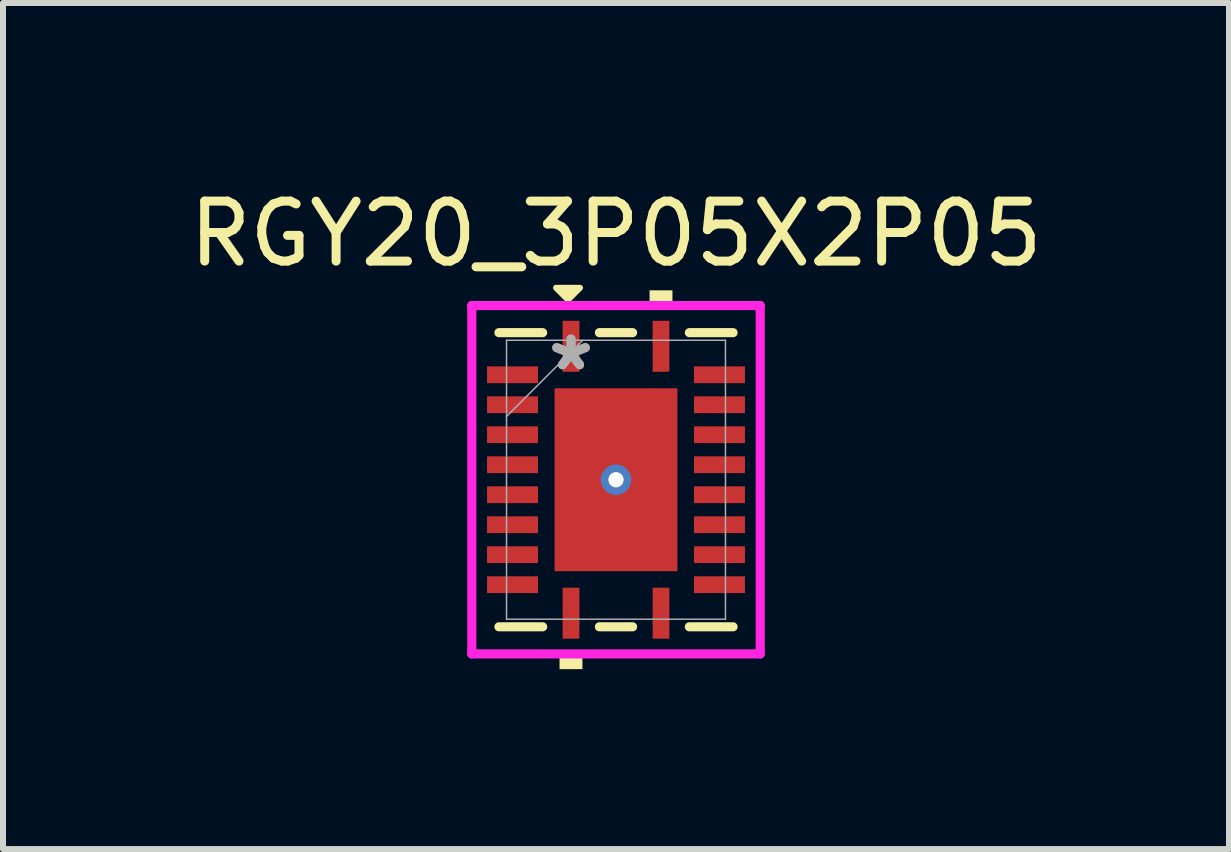
<source format=kicad_pcb>
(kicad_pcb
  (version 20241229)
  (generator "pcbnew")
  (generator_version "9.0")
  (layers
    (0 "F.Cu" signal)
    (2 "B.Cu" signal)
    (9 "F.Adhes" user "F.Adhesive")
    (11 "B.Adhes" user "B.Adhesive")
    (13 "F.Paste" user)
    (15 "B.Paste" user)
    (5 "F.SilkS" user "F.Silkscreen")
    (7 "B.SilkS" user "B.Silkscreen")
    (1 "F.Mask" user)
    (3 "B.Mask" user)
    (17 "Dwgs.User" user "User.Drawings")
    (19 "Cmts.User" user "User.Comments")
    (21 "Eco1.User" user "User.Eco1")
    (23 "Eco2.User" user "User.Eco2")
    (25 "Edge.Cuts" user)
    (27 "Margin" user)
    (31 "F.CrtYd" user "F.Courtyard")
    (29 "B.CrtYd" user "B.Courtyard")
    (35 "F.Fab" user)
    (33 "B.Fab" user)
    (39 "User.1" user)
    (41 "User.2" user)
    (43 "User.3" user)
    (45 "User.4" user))
  (footprint "RGY20_3P05X2P05"
    (layer "F.Cu")
    (at 7.22 4.948)
    (property "Reference" "RGY20_3P05X2P05" (at 0 -4.1 0) (unlocked yes) (layer "F.SilkS") (effects (font (size 1 1) (thickness 0.15))))
    (attr smd)
    (fp_poly (pts (xy -2.22 -1.96) (xy -2.22 -1.54) (xy -1.23 -1.54) (xy -1.23 -1.96)) (stroke (width 0) (type solid)) (fill yes) (layer "F.Mask"))
    (fp_poly (pts (xy -2.22 -1.46) (xy -2.22 -1.04) (xy -1.23 -1.04) (xy -1.23 -1.46)) (stroke (width 0) (type solid)) (fill yes) (layer "F.Mask"))
    (fp_poly (pts (xy -2.22 -0.96) (xy -2.22 -0.54) (xy -1.23 -0.54) (xy -1.23 -0.96)) (stroke (width 0) (type solid)) (fill yes) (layer "F.Mask"))
    (fp_poly (pts (xy -2.22 -0.46) (xy -2.22 -0.04) (xy -1.23 -0.04) (xy -1.23 -0.46)) (stroke (width 0) (type solid)) (fill yes) (layer "F.Mask"))
    (fp_poly (pts (xy -2.22 0.04) (xy -2.22 0.46) (xy -1.23 0.46) (xy -1.23 0.04)) (stroke (width 0) (type solid)) (fill yes) (layer "F.Mask"))
    (fp_poly (pts (xy -2.22 0.54) (xy -2.22 0.96) (xy -1.23 0.96) (xy -1.23 0.54)) (stroke (width 0) (type solid)) (fill yes) (layer "F.Mask"))
    (fp_poly (pts (xy -2.22 1.04) (xy -2.22 1.46) (xy -1.23 1.46) (xy -1.23 1.04)) (stroke (width 0) (type solid)) (fill yes) (layer "F.Mask"))
    (fp_poly (pts (xy -2.22 1.54) (xy -2.22 1.96) (xy -1.23 1.96) (xy -1.23 1.54)) (stroke (width 0) (type solid)) (fill yes) (layer "F.Mask"))
    (fp_poly (pts (xy -1.089 -1.588) (xy -0.594 -1.588) (xy -0.594 1.588) (xy -1.089 1.588)) (stroke (width 0) (type solid)) (fill yes) (layer "F.Mask"))
    (fp_poly (pts (xy -1.089 -1.588) (xy 1.089 -1.588) (xy 1.089 -0.987) (xy -1.089 -0.987)) (stroke (width 0) (type solid)) (fill yes) (layer "F.Mask"))
    (fp_poly (pts (xy -1.089 -0.587) (xy 1.089 -0.587) (xy 1.089 -0.2) (xy -1.089 -0.2)) (stroke (width 0) (type solid)) (fill yes) (layer "F.Mask"))
    (fp_poly (pts (xy -1.089 0.2) (xy 1.089 0.2) (xy 1.089 0.587) (xy -1.089 0.587)) (stroke (width 0) (type solid)) (fill yes) (layer "F.Mask"))
    (fp_poly (pts (xy -1.089 0.987) (xy 1.089 0.987) (xy 1.089 1.588) (xy -1.089 1.588)) (stroke (width 0) (type solid)) (fill yes) (layer "F.Mask"))
    (fp_poly (pts (xy -0.96 -2.72) (xy -0.96 -1.73) (xy -0.54 -1.73) (xy -0.54 -2.72)) (stroke (width 0) (type solid)) (fill yes) (layer "F.Mask"))
    (fp_poly (pts (xy -0.96 1.73) (xy -0.96 2.72) (xy -0.54 2.72) (xy -0.54 1.73)) (stroke (width 0) (type solid)) (fill yes) (layer "F.Mask"))
    (fp_poly (pts (xy 0.194 -1.588) (xy -0.194 -1.588) (xy -0.194 1.588) (xy 0.194 1.588)) (stroke (width 0) (type solid)) (fill yes) (layer "F.Mask"))
    (fp_poly (pts (xy 0.54 -2.72) (xy 0.54 -1.73) (xy 0.96 -1.73) (xy 0.96 -2.72)) (stroke (width 0) (type solid)) (fill yes) (layer "F.Mask"))
    (fp_poly (pts (xy 0.54 1.73) (xy 0.54 2.72) (xy 0.96 2.72) (xy 0.96 1.73)) (stroke (width 0) (type solid)) (fill yes) (layer "F.Mask"))
    (fp_poly (pts (xy 0.594 -1.588) (xy 1.089 -1.588) (xy 1.089 1.588) (xy 0.594 1.588)) (stroke (width 0) (type solid)) (fill yes) (layer "F.Mask"))
    (fp_poly (pts (xy 1.23 -1.96) (xy 1.23 -1.54) (xy 2.22 -1.54) (xy 2.22 -1.96)) (stroke (width 0) (type solid)) (fill yes) (layer "F.Mask"))
    (fp_poly (pts (xy 1.23 -1.46) (xy 1.23 -1.04) (xy 2.22 -1.04) (xy 2.22 -1.46)) (stroke (width 0) (type solid)) (fill yes) (layer "F.Mask"))
    (fp_poly (pts (xy 1.23 -0.96) (xy 1.23 -0.54) (xy 2.22 -0.54) (xy 2.22 -0.96)) (stroke (width 0) (type solid)) (fill yes) (layer "F.Mask"))
    (fp_poly (pts (xy 1.23 -0.46) (xy 1.23 -0.04) (xy 2.22 -0.04) (xy 2.22 -0.46)) (stroke (width 0) (type solid)) (fill yes) (layer "F.Mask"))
    (fp_poly (pts (xy 1.23 0.04) (xy 1.23 0.46) (xy 2.22 0.46) (xy 2.22 0.04)) (stroke (width 0) (type solid)) (fill yes) (layer "F.Mask"))
    (fp_poly (pts (xy 1.23 0.54) (xy 1.23 0.96) (xy 2.22 0.96) (xy 2.22 0.54)) (stroke (width 0) (type solid)) (fill yes) (layer "F.Mask"))
    (fp_poly (pts (xy 1.23 1.04) (xy 1.23 1.46) (xy 2.22 1.46) (xy 2.22 1.04)) (stroke (width 0) (type solid)) (fill yes) (layer "F.Mask"))
    (fp_poly (pts (xy 1.23 1.54) (xy 1.23 1.96) (xy 2.22 1.96) (xy 2.22 1.54)) (stroke (width 0) (type solid)) (fill yes) (layer "F.Mask"))
    (fp_line (start -1.952 2.452) (end -1.223 2.452) (stroke (width 0.152) (type solid)) (layer "F.SilkS"))
    (fp_line (start -1.223 -2.452) (end -1.952 -2.452) (stroke (width 0.152) (type solid)) (layer "F.SilkS"))
    (fp_line (start -0.277 2.452) (end 0.277 2.452) (stroke (width 0.152) (type solid)) (layer "F.SilkS"))
    (fp_line (start 0.277 -2.452) (end -0.277 -2.452) (stroke (width 0.152) (type solid)) (layer "F.SilkS"))
    (fp_line (start 1.223 2.452) (end 1.952 2.452) (stroke (width 0.152) (type solid)) (layer "F.SilkS"))
    (fp_line (start 1.952 -2.452) (end 1.223 -2.452) (stroke (width 0.152) (type solid)) (layer "F.SilkS"))
    (fp_poly (pts (xy -1 -3.2) (xy -0.6 -3.2) (xy -0.8 -3)) (stroke (width 0.1) (type solid)) (fill yes) (layer "F.SilkS"))
    (fp_poly (pts (xy -0.941 2.904) (xy -0.941 3.158) (xy -0.56 3.158) (xy -0.56 2.904)) (stroke (width 0) (type solid)) (fill yes) (layer "F.SilkS"))
    (fp_poly (pts (xy 0.56 -2.904) (xy 0.56 -3.158) (xy 0.941 -3.158) (xy 0.941 -2.904)) (stroke (width 0) (type solid)) (fill yes) (layer "F.SilkS"))
    (fp_poly (pts (xy -2.125 -1.865) (xy -2.125 -1.635) (xy -1.325 -1.635) (xy -1.325 -1.865)) (stroke (width 0) (type solid)) (fill yes) (layer "F.Paste"))
    (fp_poly (pts (xy -2.125 -1.365) (xy -2.125 -1.135) (xy -1.325 -1.135) (xy -1.325 -1.365)) (stroke (width 0) (type solid)) (fill yes) (layer "F.Paste"))
    (fp_poly (pts (xy -2.125 -0.865) (xy -2.125 -0.635) (xy -1.325 -0.635) (xy -1.325 -0.865)) (stroke (width 0) (type solid)) (fill yes) (layer "F.Paste"))
    (fp_poly (pts (xy -2.125 -0.365) (xy -2.125 -0.135) (xy -1.325 -0.135) (xy -1.325 -0.365)) (stroke (width 0) (type solid)) (fill yes) (layer "F.Paste"))
    (fp_poly (pts (xy -2.125 0.135) (xy -2.125 0.365) (xy -1.325 0.365) (xy -1.325 0.135)) (stroke (width 0) (type solid)) (fill yes) (layer "F.Paste"))
    (fp_poly (pts (xy -2.125 0.635) (xy -2.125 0.865) (xy -1.325 0.865) (xy -1.325 0.635)) (stroke (width 0) (type solid)) (fill yes) (layer "F.Paste"))
    (fp_poly (pts (xy -2.125 1.135) (xy -2.125 1.365) (xy -1.325 1.365) (xy -1.325 1.135)) (stroke (width 0) (type solid)) (fill yes) (layer "F.Paste"))
    (fp_poly (pts (xy -2.125 1.635) (xy -2.125 1.865) (xy -1.325 1.865) (xy -1.325 1.635)) (stroke (width 0) (type solid)) (fill yes) (layer "F.Paste"))
    (fp_poly (pts (xy -0.865 -2.625) (xy -0.865 -1.825) (xy -0.635 -1.825) (xy -0.635 -2.625)) (stroke (width 0) (type solid)) (fill yes) (layer "F.Paste"))
    (fp_poly (pts (xy -0.865 1.825) (xy -0.865 2.625) (xy -0.635 2.625) (xy -0.635 1.825)) (stroke (width 0) (type solid)) (fill yes) (layer "F.Paste"))
    (fp_poly (pts (xy 0.635 -2.625) (xy 0.635 -1.825) (xy 0.865 -1.825) (xy 0.865 -2.625)) (stroke (width 0) (type solid)) (fill yes) (layer "F.Paste"))
    (fp_poly (pts (xy 0.635 1.825) (xy 0.635 2.625) (xy 0.865 2.625) (xy 0.865 1.825)) (stroke (width 0) (type solid)) (fill yes) (layer "F.Paste"))
    (fp_poly (pts (xy 1.325 -1.865) (xy 1.325 -1.635) (xy 2.125 -1.635) (xy 2.125 -1.865)) (stroke (width 0) (type solid)) (fill yes) (layer "F.Paste"))
    (fp_poly (pts (xy 1.325 -1.365) (xy 1.325 -1.135) (xy 2.125 -1.135) (xy 2.125 -1.365)) (stroke (width 0) (type solid)) (fill yes) (layer "F.Paste"))
    (fp_poly (pts (xy 1.325 -0.865) (xy 1.325 -0.635) (xy 2.125 -0.635) (xy 2.125 -0.865)) (stroke (width 0) (type solid)) (fill yes) (layer "F.Paste"))
    (fp_poly (pts (xy 1.325 -0.365) (xy 1.325 -0.135) (xy 2.125 -0.135) (xy 2.125 -0.365)) (stroke (width 0) (type solid)) (fill yes) (layer "F.Paste"))
    (fp_poly (pts (xy 1.325 0.135) (xy 1.325 0.365) (xy 2.125 0.365) (xy 2.125 0.135)) (stroke (width 0) (type solid)) (fill yes) (layer "F.Paste"))
    (fp_poly (pts (xy 1.325 0.635) (xy 1.325 0.865) (xy 2.125 0.865) (xy 2.125 0.635)) (stroke (width 0) (type solid)) (fill yes) (layer "F.Paste"))
    (fp_poly (pts (xy 1.325 1.135) (xy 1.325 1.365) (xy 2.125 1.365) (xy 2.125 1.135)) (stroke (width 0) (type solid)) (fill yes) (layer "F.Paste"))
    (fp_poly (pts (xy 1.325 1.635) (xy 1.325 1.865) (xy 2.125 1.865) (xy 2.125 1.635)) (stroke (width 0) (type solid)) (fill yes) (layer "F.Paste"))
    (fp_poly (pts (xy -0.95 -1.45) (xy -0.95 -0.887) (xy -0.635 -0.887) (xy -0.494 -1.029) (xy -0.494 -1.45)) (stroke (width 0) (type solid)) (fill yes) (layer "F.Paste"))
    (fp_poly (pts (xy -0.95 0.887) (xy -0.95 1.45) (xy -0.494 1.45) (xy -0.494 1.029) (xy -0.635 0.887)) (stroke (width 0) (type solid)) (fill yes) (layer "F.Paste"))
    (fp_poly (pts (xy 0.494 -1.45) (xy 0.494 -1.029) (xy 0.635 -0.887) (xy 0.95 -0.887) (xy 0.95 -1.45)) (stroke (width 0) (type solid)) (fill yes) (layer "F.Paste"))
    (fp_poly (pts (xy 0.635 0.887) (xy 0.494 1.029) (xy 0.494 1.45) (xy 0.95 1.45) (xy 0.95 0.887)) (stroke (width 0) (type solid)) (fill yes) (layer "F.Paste"))
    (fp_poly (pts (xy -0.95 -0.687) (xy -0.95 -0.1) (xy -0.635 -0.1) (xy -0.494 -0.241) (xy -0.494 -0.546) (xy -0.635 -0.687)) (stroke (width 0) (type solid)) (fill yes) (layer "F.Paste"))
    (fp_poly (pts (xy -0.95 0.1) (xy -0.95 0.687) (xy -0.635 0.687) (xy -0.494 0.546) (xy -0.494 0.241) (xy -0.635 0.1)) (stroke (width 0) (type solid)) (fill yes) (layer "F.Paste"))
    (fp_poly (pts (xy -0.294 -1.45) (xy -0.294 -1.029) (xy -0.152 -0.887) (xy 0.152 -0.887) (xy 0.294 -1.029) (xy 0.294 -1.45)) (stroke (width 0) (type solid)) (fill yes) (layer "F.Paste"))
    (fp_poly (pts (xy -0.152 0.887) (xy -0.294 1.029) (xy -0.294 1.45) (xy 0.294 1.45) (xy 0.294 1.029) (xy 0.152 0.887)) (stroke (width 0) (type solid)) (fill yes) (layer "F.Paste"))
    (fp_poly (pts (xy 0.635 -0.687) (xy 0.494 -0.546) (xy 0.494 -0.241) (xy 0.635 -0.1) (xy 0.95 -0.1) (xy 0.95 -0.687)) (stroke (width 0) (type solid)) (fill yes) (layer "F.Paste"))
    (fp_poly (pts (xy 0.635 0.1) (xy 0.494 0.241) (xy 0.494 0.546) (xy 0.635 0.687) (xy 0.95 0.687) (xy 0.95 0.1)) (stroke (width 0) (type solid)) (fill yes) (layer "F.Paste"))
    (fp_poly (pts (xy -0.152 -0.687) (xy -0.294 -0.546) (xy -0.294 -0.241) (xy -0.152 -0.1) (xy 0.152 -0.1) (xy 0.294 -0.241) (xy 0.294 -0.546) (xy 0.152 -0.687)) (stroke (width 0) (type solid)) (fill yes) (layer "F.Paste"))
    (fp_poly (pts (xy -0.152 0.1) (xy -0.294 0.241) (xy -0.294 0.546) (xy -0.152 0.687) (xy 0.152 0.687) (xy 0.294 0.546) (xy 0.294 0.241) (xy 0.152 0.1)) (stroke (width 0) (type solid)) (fill yes) (layer "F.Paste"))
    (fp_line (start -2.404 -2.904) (end 2.404 -2.904) (stroke (width 0.152) (type solid)) (layer "F.CrtYd"))
    (fp_line (start -2.404 2.904) (end -2.404 -2.904) (stroke (width 0.152) (type solid)) (layer "F.CrtYd"))
    (fp_line (start 2.404 -2.904) (end 2.404 2.904) (stroke (width 0.152) (type solid)) (layer "F.CrtYd"))
    (fp_line (start 2.404 2.904) (end -2.404 2.904) (stroke (width 0.152) (type solid)) (layer "F.CrtYd"))
    (fp_line (start -1.825 -2.325) (end -1.825 2.325) (stroke (width 0.025) (type solid)) (layer "F.Fab"))
    (fp_line (start -1.825 -1.055) (end -0.555 -2.325) (stroke (width 0.025) (type solid)) (layer "F.Fab"))
    (fp_line (start -1.825 2.325) (end 1.825 2.325) (stroke (width 0.025) (type solid)) (layer "F.Fab"))
    (fp_line (start 1.825 -2.325) (end -1.825 -2.325) (stroke (width 0.025) (type solid)) (layer "F.Fab"))
    (fp_line (start 1.825 2.325) (end 1.825 -2.325) (stroke (width 0.025) (type solid)) (layer "F.Fab"))
    (fp_text user "*" (at -0.75 -1.8 0) (layer "F.Fab") (effects (font (size 1 1) (thickness 0.15))))
    (fp_text user "*" (at -0.75 -1.8 0) (unlocked yes) (layer "F.Fab") (effects (font (size 1 1) (thickness 0.15))))
    (pad "1" smd rect (at -0.75 -2.225) (size 0.28 0.85) (layers "F.Cu" "F.Mask"))
    (pad "2" smd rect (at -1.725 -1.75 90) (size 0.28 0.85) (layers "F.Cu" "F.Mask"))
    (pad "3" smd rect (at -1.725 -1.25 90) (size 0.28 0.85) (layers "F.Cu" "F.Mask"))
    (pad "4" smd rect (at -1.725 -0.75 90) (size 0.28 0.85) (layers "F.Cu" "F.Mask"))
    (pad "5" smd rect (at -1.725 -0.25 90) (size 0.28 0.85) (layers "F.Cu" "F.Mask"))
    (pad "6" smd rect (at -1.725 0.25 90) (size 0.28 0.85) (layers "F.Cu" "F.Mask"))
    (pad "7" smd rect (at -1.725 0.75 90) (size 0.28 0.85) (layers "F.Cu" "F.Mask"))
    (pad "8" smd rect (at -1.725 1.25 90) (size 0.28 0.85) (layers "F.Cu" "F.Mask"))
    (pad "9" smd rect (at -1.725 1.75 90) (size 0.28 0.85) (layers "F.Cu" "F.Mask"))
    (pad "10" smd rect (at -0.75 2.225) (size 0.28 0.85) (layers "F.Cu" "F.Mask"))
    (pad "11" smd rect (at 0.75 2.225) (size 0.28 0.85) (layers "F.Cu" "F.Mask"))
    (pad "12" smd rect (at 1.725 1.75 90) (size 0.28 0.85) (layers "F.Cu" "F.Mask"))
    (pad "13" smd rect (at 1.725 1.25 90) (size 0.28 0.85) (layers "F.Cu" "F.Mask"))
    (pad "14" smd rect (at 1.725 0.75 90) (size 0.28 0.85) (layers "F.Cu" "F.Mask"))
    (pad "15" smd rect (at 1.725 0.25 90) (size 0.28 0.85) (layers "F.Cu" "F.Mask"))
    (pad "16" smd rect (at 1.725 -0.25 90) (size 0.28 0.85) (layers "F.Cu" "F.Mask"))
    (pad "17" smd rect (at 1.725 -0.75 90) (size 0.28 0.85) (layers "F.Cu" "F.Mask"))
    (pad "18" smd rect (at 1.725 -1.25 90) (size 0.28 0.85) (layers "F.Cu" "F.Mask"))
    (pad "19" smd rect (at 1.725 -1.75 90) (size 0.28 0.85) (layers "F.Cu" "F.Mask"))
    (pad "20" smd rect (at 0.75 -2.225) (size 0.28 0.85) (layers "F.Cu" "F.Mask"))
    (pad "21" smd rect (at 0 0) (size 2.05 3.05) (layers "F.Cu"))
    (pad "V" thru_hole circle (at 0 0) (size 0.508 0.508) (drill 0.254) (layers "*.Cu" "*.Mask")))
  (gr_rect
    (start -3 -3)
    (end 17.44 11.106)
    (stroke (width 0.1) (type default))
    (fill no)
    (layer "Edge.Cuts")))
</source>
